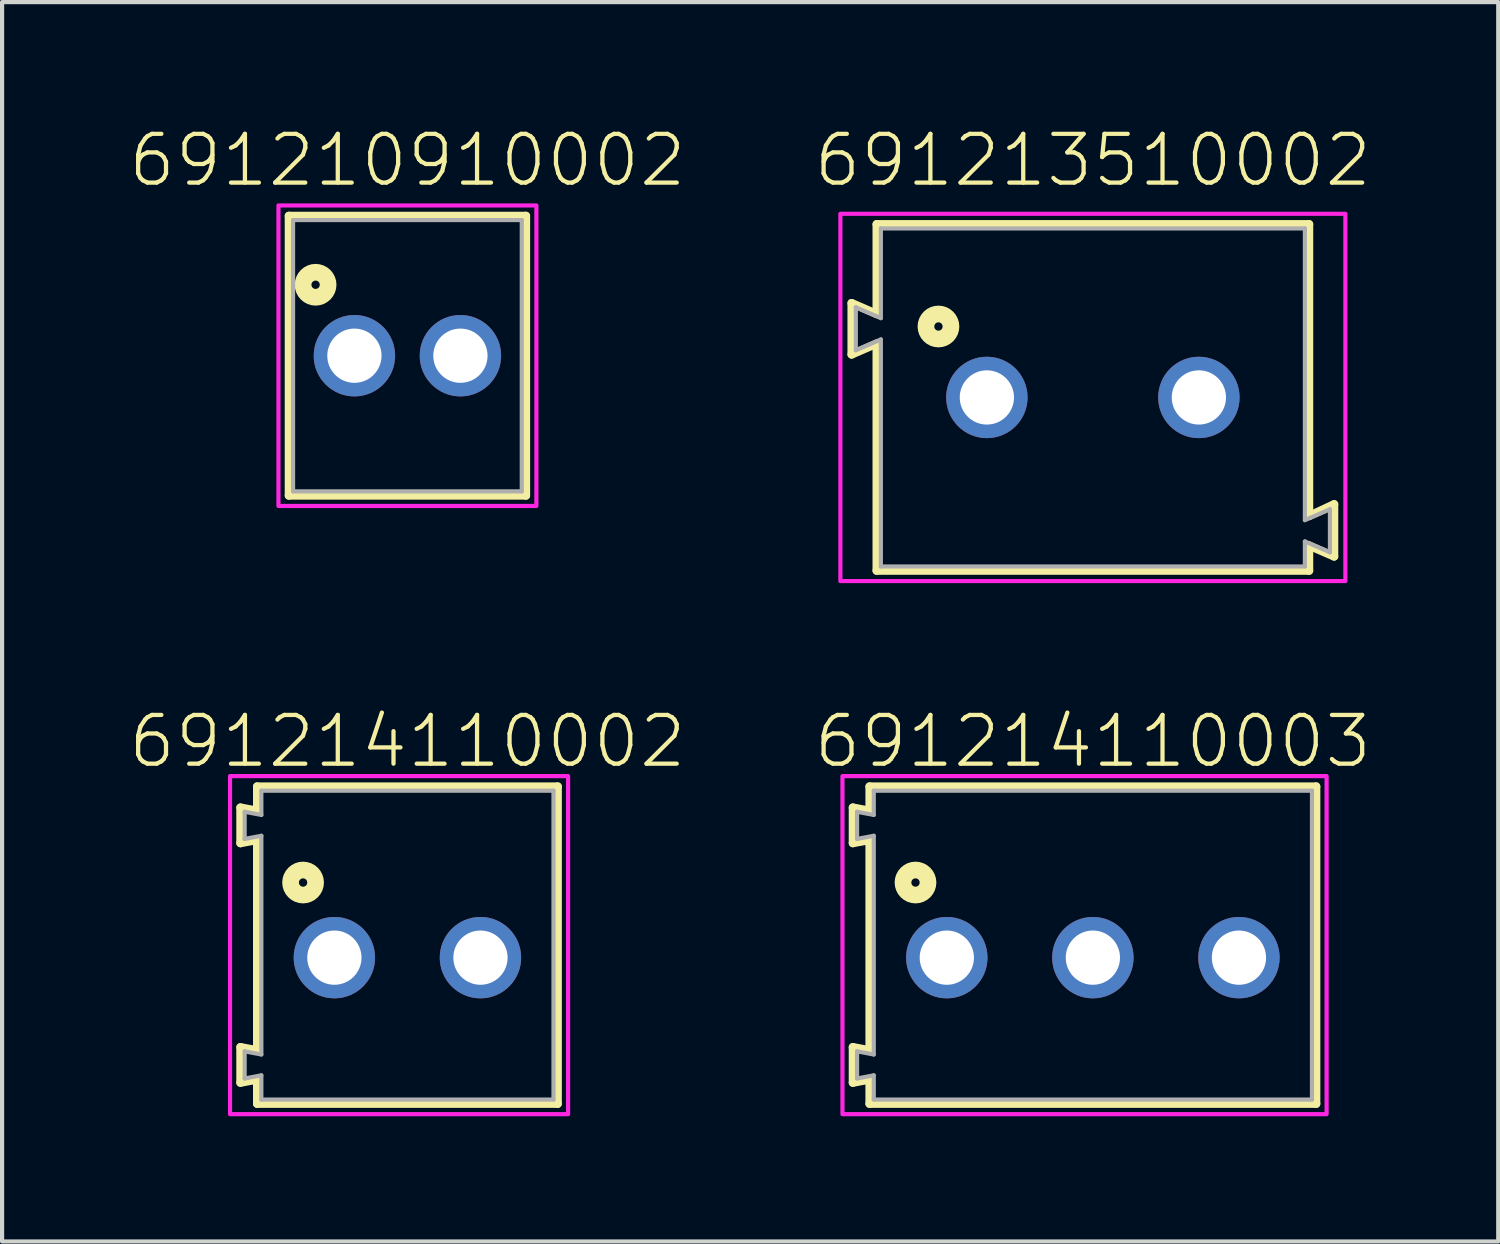
<source format=kicad_pcb>
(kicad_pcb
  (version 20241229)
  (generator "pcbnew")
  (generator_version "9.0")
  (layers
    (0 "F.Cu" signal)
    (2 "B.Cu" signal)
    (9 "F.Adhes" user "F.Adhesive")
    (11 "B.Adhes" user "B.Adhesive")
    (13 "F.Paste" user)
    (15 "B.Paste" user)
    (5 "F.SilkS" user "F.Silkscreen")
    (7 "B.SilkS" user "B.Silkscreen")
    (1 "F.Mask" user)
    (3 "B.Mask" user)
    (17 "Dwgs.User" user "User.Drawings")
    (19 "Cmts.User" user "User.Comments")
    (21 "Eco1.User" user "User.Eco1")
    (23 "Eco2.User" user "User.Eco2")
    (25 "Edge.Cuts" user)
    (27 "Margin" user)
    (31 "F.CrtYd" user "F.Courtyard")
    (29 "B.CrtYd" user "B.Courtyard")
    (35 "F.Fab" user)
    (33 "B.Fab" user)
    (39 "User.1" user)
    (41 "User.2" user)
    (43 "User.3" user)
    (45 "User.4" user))
  (footprint "691210910002"
    (layer "F.Cu")
    (at 6.712 5.473)
    (property "Reference" "691210910002" (at 0 -4 0) (unlocked yes) (layer "F.SilkS") (effects (font (size 1.168 1.168) (thickness 0.102)) (justify bottom)))
    (fp_line (start -2.84 -3.35) (end 2.84 -3.35) (stroke (width 0.2) (type solid)) (layer "F.SilkS"))
    (fp_line (start -2.84 3.35) (end -2.84 -3.35) (stroke (width 0.2) (type solid)) (layer "F.SilkS"))
    (fp_line (start 2.84 -3.35) (end 2.84 3.35) (stroke (width 0.2) (type solid)) (layer "F.SilkS"))
    (fp_line (start 2.84 3.35) (end -2.84 3.35) (stroke (width 0.2) (type solid)) (layer "F.SilkS"))
    (fp_circle (center -2.2 -1.7) (end -2.1 -1.7) (stroke (width 0.4) (type solid)) (fill no) (layer "F.SilkS"))
    (fp_poly (pts (xy 3.09 3.6) (xy -3.09 3.6) (xy -3.09 -3.6) (xy 3.09 -3.6)) (stroke (width 0.1) (type default)) (fill no) (layer "F.CrtYd"))
    (fp_line (start -2.74 -3.25) (end -2.74 3.25) (stroke (width 0.1) (type solid)) (layer "F.Fab"))
    (fp_line (start -2.74 3.25) (end 2.74 3.25) (stroke (width 0.1) (type solid)) (layer "F.Fab"))
    (fp_line (start 2.74 -3.25) (end -2.74 -3.25) (stroke (width 0.1) (type solid)) (layer "F.Fab"))
    (fp_line (start 2.74 3.25) (end 2.74 -3.25) (stroke (width 0.1) (type solid)) (layer "F.Fab"))
    (pad "1" thru_hole circle (at -1.27 0) (size 1.95 1.95) (drill 1.3) (layers "*.Cu" "*.Mask"))
    (pad "2" thru_hole circle (at 1.27 0) (size 1.95 1.95) (drill 1.3) (layers "*.Cu" "*.Mask")))
  (footprint "691214110003"
    (layer "F.Cu")
    (at 23.136 19.896)
    (property "Reference" "691214110003" (at 0 -4.5 0) (unlocked yes) (layer "F.SilkS") (effects (font (size 1.168 1.168) (thickness 0.102)) (justify bottom)))
    (fp_line (start -5.75 -3.595) (end -5.35 -3.52) (stroke (width 0.2) (type solid)) (layer "F.SilkS"))
    (fp_line (start -5.75 -2.745) (end -5.75 -3.595) (stroke (width 0.2) (type solid)) (layer "F.SilkS"))
    (fp_line (start -5.75 2.145) (end -5.35 2.22) (stroke (width 0.2) (type solid)) (layer "F.SilkS"))
    (fp_line (start -5.75 2.995) (end -5.75 2.145) (stroke (width 0.2) (type solid)) (layer "F.SilkS"))
    (fp_line (start -5.35 -4.1) (end 5.35 -4.1) (stroke (width 0.2) (type solid)) (layer "F.SilkS"))
    (fp_line (start -5.35 -3.52) (end -5.35 -4.1) (stroke (width 0.2) (type solid)) (layer "F.SilkS"))
    (fp_line (start -5.35 -2.82) (end -5.75 -2.745) (stroke (width 0.2) (type solid)) (layer "F.SilkS"))
    (fp_line (start -5.35 2.22) (end -5.35 -2.82) (stroke (width 0.2) (type solid)) (layer "F.SilkS"))
    (fp_line (start -5.35 2.92) (end -5.75 2.995) (stroke (width 0.2) (type solid)) (layer "F.SilkS"))
    (fp_line (start -5.35 3.5) (end -5.35 2.92) (stroke (width 0.2) (type solid)) (layer "F.SilkS"))
    (fp_line (start 5.35 -4.1) (end 5.35 3.5) (stroke (width 0.2) (type solid)) (layer "F.SilkS"))
    (fp_line (start 5.35 3.5) (end -5.35 3.5) (stroke (width 0.2) (type solid)) (layer "F.SilkS"))
    (fp_circle (center -4.25 -1.8) (end -4.15 -1.8) (stroke (width 0.4) (type solid)) (fill no) (layer "F.SilkS"))
    (fp_poly (pts (xy 5.6 3.75) (xy -6 3.75) (xy -6 -4.35) (xy 5.6 -4.35)) (stroke (width 0.1) (type default)) (fill no) (layer "F.CrtYd"))
    (fp_line (start -5.65 -3.495) (end -5.65 -2.845) (stroke (width 0.1) (type solid)) (layer "F.Fab"))
    (fp_line (start -5.65 -2.845) (end -5.25 -2.92) (stroke (width 0.1) (type solid)) (layer "F.Fab"))
    (fp_line (start -5.65 2.245) (end -5.65 2.895) (stroke (width 0.1) (type solid)) (layer "F.Fab"))
    (fp_line (start -5.65 2.245) (end -5.25 2.32) (stroke (width 0.1) (type solid)) (layer "F.Fab"))
    (fp_line (start -5.65 2.895) (end -5.25 2.82) (stroke (width 0.1) (type solid)) (layer "F.Fab"))
    (fp_line (start -5.25 -4) (end -5.25 -3.42) (stroke (width 0.1) (type solid)) (layer "F.Fab"))
    (fp_line (start -5.25 -3.42) (end -5.65 -3.495) (stroke (width 0.1) (type solid)) (layer "F.Fab"))
    (fp_line (start -5.25 -2.92) (end -5.25 2.32) (stroke (width 0.1) (type solid)) (layer "F.Fab"))
    (fp_line (start -5.25 2.82) (end -5.25 3.4) (stroke (width 0.1) (type solid)) (layer "F.Fab"))
    (fp_line (start -5.25 3.4) (end 5.25 3.4) (stroke (width 0.1) (type solid)) (layer "F.Fab"))
    (fp_line (start 5.25 -4) (end -5.25 -4) (stroke (width 0.1) (type solid)) (layer "F.Fab"))
    (fp_line (start 5.25 3.4) (end 5.25 -4) (stroke (width 0.1) (type solid)) (layer "F.Fab"))
    (pad "1" thru_hole circle (at -3.5 0) (size 1.95 1.95) (drill 1.3) (layers "*.Cu" "*.Mask"))
    (pad "2" thru_hole circle (at 0 0) (size 1.95 1.95) (drill 1.3) (layers "*.Cu" "*.Mask"))
    (pad "3" thru_hole circle (at 3.5 0) (size 1.95 1.95) (drill 1.3) (layers "*.Cu" "*.Mask")))
  (footprint "691214110002"
    (layer "F.Cu")
    (at 6.712 19.896)
    (property "Reference" "691214110002" (at 0 -4.5 0) (unlocked yes) (layer "F.SilkS") (effects (font (size 1.168 1.168) (thickness 0.102)) (justify bottom)))
    (fp_line (start -4 -3.595) (end -3.6 -3.52) (stroke (width 0.2) (type solid)) (layer "F.SilkS"))
    (fp_line (start -4 -2.745) (end -4 -3.595) (stroke (width 0.2) (type solid)) (layer "F.SilkS"))
    (fp_line (start -4 2.145) (end -3.6 2.22) (stroke (width 0.2) (type solid)) (layer "F.SilkS"))
    (fp_line (start -4 2.995) (end -4 2.145) (stroke (width 0.2) (type solid)) (layer "F.SilkS"))
    (fp_line (start -3.6 -4.1) (end 3.6 -4.1) (stroke (width 0.2) (type solid)) (layer "F.SilkS"))
    (fp_line (start -3.6 -3.52) (end -3.6 -4.1) (stroke (width 0.2) (type solid)) (layer "F.SilkS"))
    (fp_line (start -3.6 -2.82) (end -4 -2.745) (stroke (width 0.2) (type solid)) (layer "F.SilkS"))
    (fp_line (start -3.6 2.22) (end -3.6 -2.82) (stroke (width 0.2) (type solid)) (layer "F.SilkS"))
    (fp_line (start -3.6 2.92) (end -4 2.995) (stroke (width 0.2) (type solid)) (layer "F.SilkS"))
    (fp_line (start -3.6 3.5) (end -3.6 2.92) (stroke (width 0.2) (type solid)) (layer "F.SilkS"))
    (fp_line (start 3.6 -4.1) (end 3.6 3.5) (stroke (width 0.2) (type solid)) (layer "F.SilkS"))
    (fp_line (start 3.6 3.5) (end -3.6 3.5) (stroke (width 0.2) (type solid)) (layer "F.SilkS"))
    (fp_circle (center -2.5 -1.8) (end -2.4 -1.8) (stroke (width 0.4) (type solid)) (fill no) (layer "F.SilkS"))
    (fp_poly (pts (xy 3.85 3.75) (xy -4.25 3.75) (xy -4.25 -4.35) (xy 3.85 -4.35)) (stroke (width 0.1) (type default)) (fill no) (layer "F.CrtYd"))
    (fp_line (start -3.9 -3.495) (end -3.9 -2.845) (stroke (width 0.1) (type solid)) (layer "F.Fab"))
    (fp_line (start -3.9 -2.845) (end -3.5 -2.92) (stroke (width 0.1) (type solid)) (layer "F.Fab"))
    (fp_line (start -3.9 2.245) (end -3.9 2.895) (stroke (width 0.1) (type solid)) (layer "F.Fab"))
    (fp_line (start -3.9 2.245) (end -3.5 2.32) (stroke (width 0.1) (type solid)) (layer "F.Fab"))
    (fp_line (start -3.9 2.895) (end -3.5 2.82) (stroke (width 0.1) (type solid)) (layer "F.Fab"))
    (fp_line (start -3.5 -4) (end -3.5 -3.42) (stroke (width 0.1) (type solid)) (layer "F.Fab"))
    (fp_line (start -3.5 -3.42) (end -3.9 -3.495) (stroke (width 0.1) (type solid)) (layer "F.Fab"))
    (fp_line (start -3.5 -2.92) (end -3.5 2.32) (stroke (width 0.1) (type solid)) (layer "F.Fab"))
    (fp_line (start -3.5 2.82) (end -3.5 3.4) (stroke (width 0.1) (type solid)) (layer "F.Fab"))
    (fp_line (start -3.5 3.4) (end 3.5 3.4) (stroke (width 0.1) (type solid)) (layer "F.Fab"))
    (fp_line (start 3.5 -4) (end -3.5 -4) (stroke (width 0.1) (type solid)) (layer "F.Fab"))
    (fp_line (start 3.5 3.4) (end 3.5 -4) (stroke (width 0.1) (type solid)) (layer "F.Fab"))
    (pad "1" thru_hole circle (at -1.75 0) (size 1.95 1.95) (drill 1.3) (layers "*.Cu" "*.Mask"))
    (pad "2" thru_hole circle (at 1.75 0) (size 1.95 1.95) (drill 1.3) (layers "*.Cu" "*.Mask")))
  (footprint "691213510002"
    (layer "F.Cu")
    (at 23.136 6.473)
    (property "Reference" "691213510002" (at 0 -5 0) (unlocked yes) (layer "F.SilkS") (effects (font (size 1.168 1.168) (thickness 0.102)) (justify bottom)))
    (fp_line (start -5.78 -2.26) (end -5.18 -2) (stroke (width 0.2) (type solid)) (layer "F.SilkS"))
    (fp_line (start -5.78 -1.03) (end -5.78 -2.26) (stroke (width 0.2) (type solid)) (layer "F.SilkS"))
    (fp_line (start -5.18 -4.15) (end 5.18 -4.15) (stroke (width 0.2) (type solid)) (layer "F.SilkS"))
    (fp_line (start -5.18 -2) (end -5.18 -4.15) (stroke (width 0.2) (type solid)) (layer "F.SilkS"))
    (fp_line (start -5.18 -1.29) (end -5.78 -1.03) (stroke (width 0.2) (type solid)) (layer "F.SilkS"))
    (fp_line (start -5.18 4.15) (end -5.18 -1.29) (stroke (width 0.2) (type solid)) (layer "F.SilkS"))
    (fp_line (start 5.18 -4.15) (end 5.18 2.84) (stroke (width 0.2) (type solid)) (layer "F.SilkS"))
    (fp_line (start 5.18 2.84) (end 5.78 2.56) (stroke (width 0.2) (type solid)) (layer "F.SilkS"))
    (fp_line (start 5.18 3.55) (end 5.18 4.15) (stroke (width 0.2) (type solid)) (layer "F.SilkS"))
    (fp_line (start 5.18 4.15) (end -5.18 4.15) (stroke (width 0.2) (type solid)) (layer "F.SilkS"))
    (fp_line (start 5.78 2.56) (end 5.78 3.81) (stroke (width 0.2) (type solid)) (layer "F.SilkS"))
    (fp_line (start 5.78 3.81) (end 5.18 3.55) (stroke (width 0.2) (type solid)) (layer "F.SilkS"))
    (fp_circle (center -3.7 -1.7) (end -3.6 -1.7) (stroke (width 0.4) (type solid)) (fill no) (layer "F.SilkS"))
    (fp_poly (pts (xy 6.05 4.4) (xy -6.05 4.4) (xy -6.05 -4.4) (xy 6.05 -4.4)) (stroke (width 0.1) (type default)) (fill no) (layer "F.CrtYd"))
    (fp_line (start -5.68 -2.16) (end -5.68 -1.13) (stroke (width 0.1) (type solid)) (layer "F.Fab"))
    (fp_line (start -5.68 -1.13) (end -5.08 -1.39) (stroke (width 0.1) (type solid)) (layer "F.Fab"))
    (fp_line (start -5.08 -4.05) (end -5.08 -1.9) (stroke (width 0.1) (type solid)) (layer "F.Fab"))
    (fp_line (start -5.08 -4.05) (end 5.08 -4.05) (stroke (width 0.1) (type solid)) (layer "F.Fab"))
    (fp_line (start -5.08 -1.9) (end -5.68 -2.16) (stroke (width 0.1) (type solid)) (layer "F.Fab"))
    (fp_line (start -5.08 -1.39) (end -5.08 4.05) (stroke (width 0.1) (type solid)) (layer "F.Fab"))
    (fp_line (start -5.08 4.05) (end 5.08 4.05) (stroke (width 0.1) (type solid)) (layer "F.Fab"))
    (fp_line (start 5.08 -4.05) (end 5.08 2.94) (stroke (width 0.1) (type solid)) (layer "F.Fab"))
    (fp_line (start 5.08 2.94) (end 5.68 2.68) (stroke (width 0.1) (type solid)) (layer "F.Fab"))
    (fp_line (start 5.08 3.45) (end 5.08 4.05) (stroke (width 0.1) (type solid)) (layer "F.Fab"))
    (fp_line (start 5.08 3.45) (end 5.68 3.71) (stroke (width 0.1) (type solid)) (layer "F.Fab"))
    (fp_line (start 5.68 2.68) (end 5.68 3.71) (stroke (width 0.1) (type solid)) (layer "F.Fab"))
    (pad "1" thru_hole circle (at -2.54 0) (size 1.95 1.95) (drill 1.3) (layers "*.Cu" "*.Mask"))
    (pad "2" thru_hole circle (at 2.54 0) (size 1.95 1.95) (drill 1.3) (layers "*.Cu" "*.Mask")))
  (gr_rect
    (start -3 -3)
    (end 32.849 26.696)
    (stroke (width 0.1) (type default))
    (fill no)
    (layer "Edge.Cuts")))
</source>
